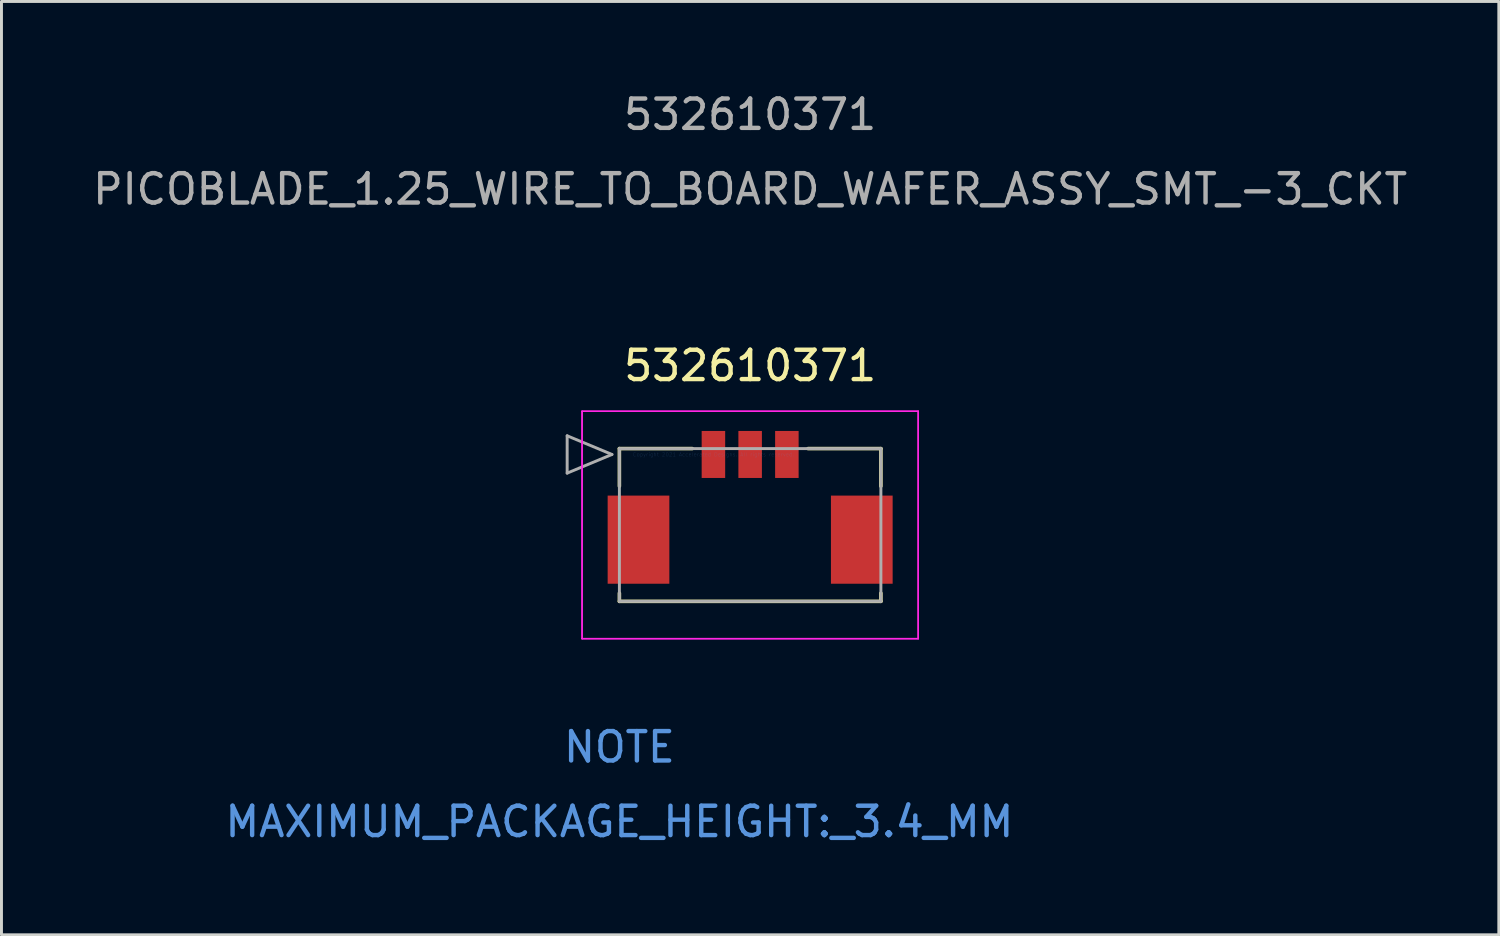
<source format=kicad_pcb>
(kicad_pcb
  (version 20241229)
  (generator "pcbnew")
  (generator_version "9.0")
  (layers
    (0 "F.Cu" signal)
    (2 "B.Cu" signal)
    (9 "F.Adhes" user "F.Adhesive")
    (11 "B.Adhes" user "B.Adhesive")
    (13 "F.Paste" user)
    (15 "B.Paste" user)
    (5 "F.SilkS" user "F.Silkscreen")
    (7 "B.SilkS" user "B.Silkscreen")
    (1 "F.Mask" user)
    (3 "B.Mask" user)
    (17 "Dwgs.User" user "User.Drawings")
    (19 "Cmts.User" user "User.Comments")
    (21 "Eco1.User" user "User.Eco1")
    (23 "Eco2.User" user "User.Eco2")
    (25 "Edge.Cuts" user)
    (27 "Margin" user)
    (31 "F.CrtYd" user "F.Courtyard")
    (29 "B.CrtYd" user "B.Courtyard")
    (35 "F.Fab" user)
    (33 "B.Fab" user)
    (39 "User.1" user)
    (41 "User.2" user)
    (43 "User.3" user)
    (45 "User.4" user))
  (footprint "532610371"
    (layer "F.Cu")
    (at 21.232 12.418)
    (property "Reference" "532610371" (at 1.25 -3.02 0) (layer "F.SilkS") (effects (font (size 1 1) (thickness 0.15))))
    (attr through_hole)
    (fp_line (start -3.2 -0.2) (end -3.2 1.08) (stroke (width 0.12) (type solid)) (layer "F.SilkS"))
    (fp_line (start -3.2 4.72) (end -3.2 5) (stroke (width 0.12) (type solid)) (layer "F.SilkS"))
    (fp_line (start -3.2 5) (end 5.7 5) (stroke (width 0.12) (type solid)) (layer "F.SilkS"))
    (fp_line (start -0.72 -0.2) (end -3.2 -0.2) (stroke (width 0.12) (type solid)) (layer "F.SilkS"))
    (fp_line (start 5.7 -0.2) (end 3.22 -0.2) (stroke (width 0.12) (type solid)) (layer "F.SilkS"))
    (fp_line (start 5.7 1.08) (end 5.7 -0.2) (stroke (width 0.12) (type solid)) (layer "F.SilkS"))
    (fp_line (start 5.7 5) (end 5.7 4.72) (stroke (width 0.12) (type solid)) (layer "F.SilkS"))
    (fp_line (start -4.47 -1.47) (end -4.47 6.27) (stroke (width 0.05) (type solid)) (layer "F.CrtYd"))
    (fp_line (start -4.47 -1.47) (end -4.47 6.27) (stroke (width 0.05) (type solid)) (layer "F.CrtYd"))
    (fp_line (start -4.47 6.27) (end 6.97 6.27) (stroke (width 0.05) (type solid)) (layer "F.CrtYd"))
    (fp_line (start -4.47 6.27) (end 6.97 6.27) (stroke (width 0.05) (type solid)) (layer "F.CrtYd"))
    (fp_line (start 6.97 -1.47) (end -4.47 -1.47) (stroke (width 0.05) (type solid)) (layer "F.CrtYd"))
    (fp_line (start 6.97 -1.47) (end -4.47 -1.47) (stroke (width 0.05) (type solid)) (layer "F.CrtYd"))
    (fp_line (start 6.97 6.27) (end 6.97 -1.47) (stroke (width 0.05) (type solid)) (layer "F.CrtYd"))
    (fp_line (start 6.97 6.27) (end 6.97 -1.47) (stroke (width 0.05) (type solid)) (layer "F.CrtYd"))
    (fp_line (start -4.978 -0.635) (end -4.978 0.635) (stroke (width 0.1) (type solid)) (layer "F.Fab"))
    (fp_line (start -4.978 0.635) (end -3.454 0) (stroke (width 0.1) (type solid)) (layer "F.Fab"))
    (fp_line (start -3.454 0) (end -4.978 -0.635) (stroke (width 0.1) (type solid)) (layer "F.Fab"))
    (fp_line (start -3.2 -0.2) (end -3.2 5) (stroke (width 0.1) (type solid)) (layer "F.Fab"))
    (fp_line (start -3.2 5) (end 5.7 5) (stroke (width 0.1) (type solid)) (layer "F.Fab"))
    (fp_line (start 5.7 -0.2) (end -3.2 -0.2) (stroke (width 0.1) (type solid)) (layer "F.Fab"))
    (fp_line (start 5.7 5) (end 5.7 -0.2) (stroke (width 0.1) (type solid)) (layer "F.Fab"))
    (fp_text user "Copyright 2021 Accelerated Designs. All rights reserved." (at 0 0 0) (layer "Cmts.User") (effects (font (size 0.127 0.127) (thickness 0.002))))
    (fp_text user "NOTE" (at -3.2 9.96 0) (layer "Cmts.User") (effects (font (size 1 1) (thickness 0.15))))
    (fp_text user "MAXIMUM_PACKAGE_HEIGHT:_3.4_MM" (at -3.2 12.5 0) (layer "Cmts.User") (effects (font (size 1 1) (thickness 0.15))))
    (fp_text user "PICOBLADE_1.25_WIRE_TO_BOARD_WAFER_ASSY_SMT_-3_CKT" (at 1.25 -9.03 0) (layer "F.Fab") (effects (font (size 1 1) (thickness 0.15))))
    (fp_text user "532610371" (at 1.25 -11.57 0) (layer "F.Fab") (effects (font (size 1 1) (thickness 0.15))))
    (pad "" smd rect (at -2.55 2.9) (size 2.1 3) (layers "F.Cu" "F.Mask" "F.Paste"))
    (pad "" smd rect (at 5.05 2.9) (size 2.1 3) (layers "F.Cu" "F.Mask" "F.Paste"))
    (pad "1" smd rect (at 0 0) (size 0.8 1.6) (layers "F.Cu" "F.Mask" "F.Paste"))
    (pad "2" smd rect (at 1.25 0) (size 0.8 1.6) (layers "F.Cu" "F.Mask" "F.Paste"))
    (pad "3" smd rect (at 2.5 0) (size 0.8 1.6) (layers "F.Cu" "F.Mask" "F.Paste")))
  (gr_rect
    (start -3 -3)
    (end 47.964 28.767)
    (stroke (width 0.1) (type default))
    (fill no)
    (layer "Edge.Cuts")))
</source>
